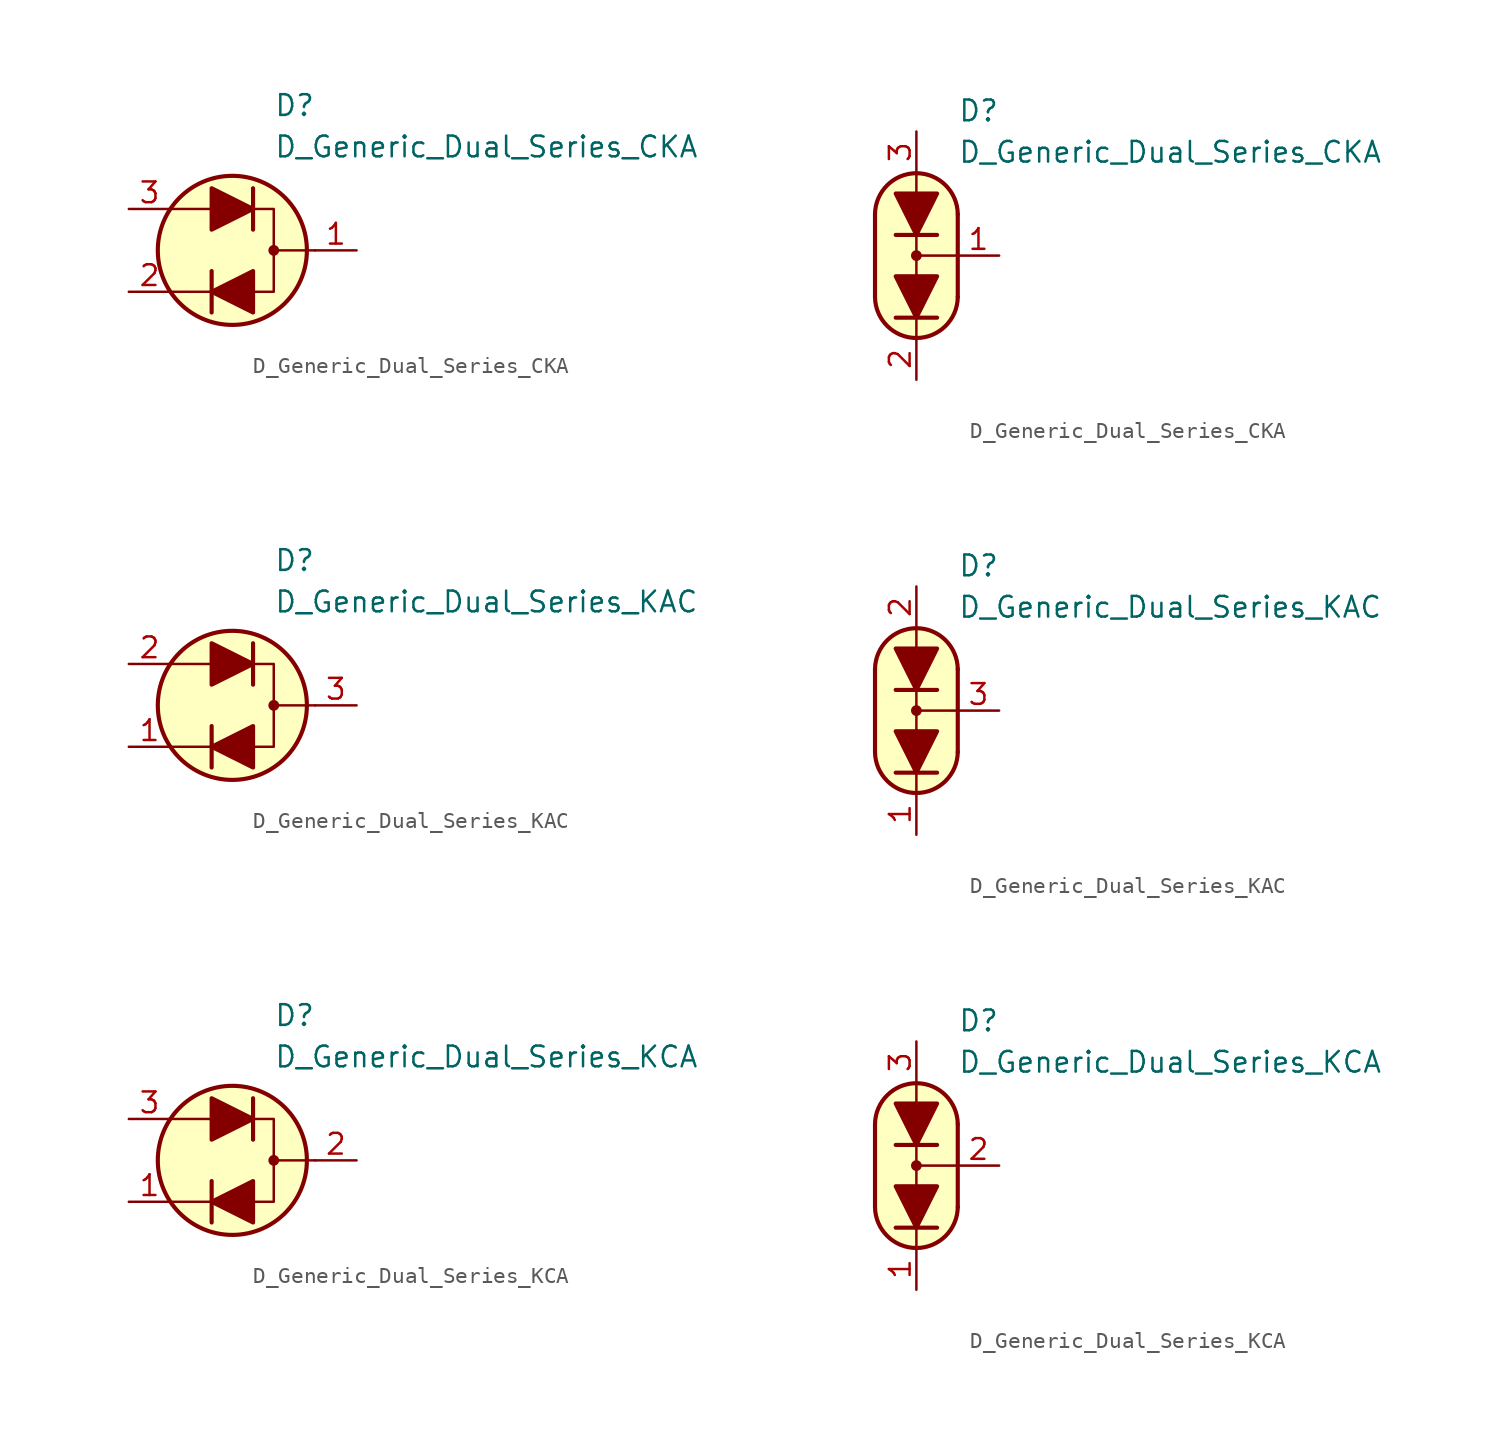
<source format=kicad_sym>
(kicad_symbol_lib
  (version 20231120)
  (generator "kicad_symbol_editor")
  (generator_version "8.0")
  (symbol "D_Generic_Dual_Series_CKA"
    (pin_names
      (offset 1.016) hide)
    (property "Reference" "D"
      (at 2.54 8.89 0)
      (effects (font (size 1.27 1.27)) (justify left)))
    (property "Value" "D_Generic_Dual_Series_CKA"
      (at 2.54 6.35 0)
      (effects (font (size 1.27 1.27)) (justify left)))
    (symbol "D_Generic_Dual_Series_CKA_0_1"
      (polyline (pts (xy -1.27 -2.54) (xy -3.81 -2.54)) (stroke (width 0) (type default)) (fill (type none)))
      (polyline (pts (xy -1.27 -1.27) (xy -1.27 -3.81)) (stroke (width 0.254) (type default)) (fill (type none)))
      (polyline (pts (xy -1.27 2.54) (xy -3.81 2.54)) (stroke (width 0) (type default)) (fill (type none)))
      (polyline (pts (xy 1.27 3.81) (xy 1.27 1.27)) (stroke (width 0.254) (type default)) (fill (type none)))
      (polyline (pts (xy 5.08 0) (xy 2.54 0)) (stroke (width 0) (type default)) (fill (type none)))
      (polyline (pts (xy 1.27 -2.54) (xy 2.54 -2.54) (xy 2.54 2.54) (xy 1.27 2.54)) (stroke (width 0) (type default)) (fill (type none)))
      (circle (center 0 0) (radius 4.572) (stroke (width 0.254) (type default)) (fill (type background)))
      (circle (center 2.54 0) (radius 0.254) (stroke (width 0) (type default)) (fill (type outline))))
    (symbol "D_Generic_Dual_Series_CKA_0_2"
      (arc (start -2.54 -2.54) (mid 0 -5.0576) (end 2.54 -2.54) (stroke (width 0.254) (type default)) (fill (type none)))
      (polyline (pts (xy -2.54 2.54) (xy -2.54 -2.54)) (stroke (width 0.254) (type default)) (fill (type none)))
      (polyline (pts (xy 0 -5.08) (xy 0 -3.81)) (stroke (width 0) (type default)) (fill (type none)))
      (polyline (pts (xy 0 0) (xy 2.54 0)) (stroke (width 0) (type default)) (fill (type none)))
      (polyline (pts (xy 0 1.27) (xy 0 -1.27)) (stroke (width 0) (type default)) (fill (type none)))
      (polyline (pts (xy 0 5.08) (xy 0 3.81)) (stroke (width 0) (type default)) (fill (type none)))
      (polyline (pts (xy 1.27 -3.81) (xy -1.27 -3.81)) (stroke (width 0.254) (type default)) (fill (type none)))
      (polyline (pts (xy 1.27 1.27) (xy -1.27 1.27)) (stroke (width 0.254) (type default)) (fill (type none)))
      (polyline (pts (xy 2.54 -2.54) (xy 2.54 2.54)) (stroke (width 0.254) (type default)) (fill (type none)))
      (polyline (pts (xy 0 -5.08) (xy -1.016 -4.826) (xy -1.778 -4.318) (xy -2.286 -3.556) (xy -2.54 -3.048) (xy -2.54 2.794) (xy -2.286 3.556) (xy -1.778 4.318) (xy -1.016 4.826) (xy -0.254 5.08) (xy 0.254 5.08) (xy 1.016 4.826) (xy 1.524 4.572) (xy 2.032 4.064) (xy 2.286 3.556) (xy 2.54 2.794) (xy 2.54 -2.794) (xy 2.286 -3.556) (xy 2.032 -4.064) (xy 1.524 -4.572) (xy 1.016 -4.826) (xy 0 -5.08)) (stroke (width 0.01) (type default)) (fill (type background)))
      (circle (center 0 0) (radius 0.254) (stroke (width 0) (type default)) (fill (type outline)))
      (arc (start 2.54 2.54) (mid 0 5.0576) (end -2.54 2.54) (stroke (width 0.254) (type default)) (fill (type none))))
    (symbol "D_Generic_Dual_Series_CKA_1_1"
      (polyline (pts (xy -1.27 2.54) (xy 1.27 2.54)) (stroke (width 0) (type default)) (fill (type none)))
      (polyline (pts (xy 1.27 -2.54) (xy -1.27 -2.54)) (stroke (width 0) (type default)) (fill (type none)))
      (polyline (pts (xy -1.27 1.27) (xy -1.27 3.81) (xy 1.27 2.54) (xy -1.27 1.27)) (stroke (width 0.254) (type default)) (fill (type outline)))
      (polyline (pts (xy 1.27 -1.27) (xy 1.27 -3.81) (xy -1.27 -2.54) (xy 1.27 -1.27)) (stroke (width 0.254) (type default)) (fill (type outline)))
      (pin passive line (at 7.62 0 180) (length 2.54) (name "C" (effects (font (size 1.27 1.27)))) (number "1" (effects (font (size 1.27 1.27)))))
      (pin passive line (at -6.35 -2.54 0) (length 2.54) (name "K" (effects (font (size 1.27 1.27)))) (number "2" (effects (font (size 1.27 1.27)))))
      (pin passive line (at -6.35 2.54 0) (length 2.54) (name "A" (effects (font (size 1.27 1.27)))) (number "3" (effects (font (size 1.27 1.27))))))
    (symbol "D_Generic_Dual_Series_CKA_1_2"
      (polyline (pts (xy 1.27 -1.27) (xy -1.27 -1.27) (xy 0 -3.81) (xy 1.27 -1.27)) (stroke (width 0.254) (type default)) (fill (type outline)))
      (polyline (pts (xy 1.27 3.81) (xy -1.27 3.81) (xy 0 1.27) (xy 1.27 3.81)) (stroke (width 0.254) (type default)) (fill (type outline)))
      (pin passive line (at 5.08 0 180) (length 2.54) (name "C" (effects (font (size 1.27 1.27)))) (number "1" (effects (font (size 1.27 1.27)))))
      (pin passive line (at 0 -7.62 90) (length 2.54) (name "K" (effects (font (size 1.27 1.27)))) (number "2" (effects (font (size 1.27 1.27)))))
      (pin passive line (at 0 7.62 270) (length 2.54) (name "A" (effects (font (size 1.27 1.27)))) (number "3" (effects (font (size 1.27 1.27)))))))
  (symbol "D_Generic_Dual_Series_KAC"
    (pin_names
      (offset 1.016) hide)
    (property "Reference" "D"
      (at 2.54 8.89 0)
      (effects (font (size 1.27 1.27)) (justify left)))
    (property "Value" "D_Generic_Dual_Series_KAC"
      (at 2.54 6.35 0)
      (effects (font (size 1.27 1.27)) (justify left)))
    (symbol "D_Generic_Dual_Series_KAC_0_1"
      (polyline (pts (xy -1.27 -2.54) (xy -3.81 -2.54)) (stroke (width 0) (type default)) (fill (type none)))
      (polyline (pts (xy -1.27 -1.27) (xy -1.27 -3.81)) (stroke (width 0.254) (type default)) (fill (type none)))
      (polyline (pts (xy -1.27 2.54) (xy -3.81 2.54)) (stroke (width 0) (type default)) (fill (type none)))
      (polyline (pts (xy 1.27 3.81) (xy 1.27 1.27)) (stroke (width 0.254) (type default)) (fill (type none)))
      (polyline (pts (xy 5.08 0) (xy 2.54 0)) (stroke (width 0) (type default)) (fill (type none)))
      (polyline (pts (xy 1.27 -2.54) (xy 2.54 -2.54) (xy 2.54 2.54) (xy 1.27 2.54)) (stroke (width 0) (type default)) (fill (type none)))
      (circle (center 0 0) (radius 4.572) (stroke (width 0.254) (type default)) (fill (type background)))
      (circle (center 2.54 0) (radius 0.254) (stroke (width 0) (type default)) (fill (type outline))))
    (symbol "D_Generic_Dual_Series_KAC_0_2"
      (arc (start -2.54 -2.54) (mid 0 -5.0576) (end 2.54 -2.54) (stroke (width 0.254) (type default)) (fill (type none)))
      (polyline (pts (xy -2.54 2.54) (xy -2.54 -2.54)) (stroke (width 0.254) (type default)) (fill (type none)))
      (polyline (pts (xy 0 -5.08) (xy 0 -3.81)) (stroke (width 0) (type default)) (fill (type none)))
      (polyline (pts (xy 0 0) (xy 2.54 0)) (stroke (width 0) (type default)) (fill (type none)))
      (polyline (pts (xy 0 1.27) (xy 0 -1.27)) (stroke (width 0) (type default)) (fill (type none)))
      (polyline (pts (xy 0 5.08) (xy 0 3.81)) (stroke (width 0) (type default)) (fill (type none)))
      (polyline (pts (xy 1.27 -3.81) (xy -1.27 -3.81)) (stroke (width 0.254) (type default)) (fill (type none)))
      (polyline (pts (xy 1.27 1.27) (xy -1.27 1.27)) (stroke (width 0.254) (type default)) (fill (type none)))
      (polyline (pts (xy 2.54 -2.54) (xy 2.54 2.54)) (stroke (width 0.254) (type default)) (fill (type none)))
      (polyline (pts (xy 0 -5.08) (xy -1.016 -4.826) (xy -1.778 -4.318) (xy -2.286 -3.556) (xy -2.54 -3.048) (xy -2.54 2.794) (xy -2.286 3.556) (xy -1.778 4.318) (xy -1.016 4.826) (xy -0.254 5.08) (xy 0.254 5.08) (xy 1.016 4.826) (xy 1.524 4.572) (xy 2.032 4.064) (xy 2.286 3.556) (xy 2.54 2.794) (xy 2.54 -2.794) (xy 2.286 -3.556) (xy 2.032 -4.064) (xy 1.524 -4.572) (xy 1.016 -4.826) (xy 0 -5.08)) (stroke (width 0.01) (type default)) (fill (type background)))
      (circle (center 0 0) (radius 0.254) (stroke (width 0) (type default)) (fill (type outline)))
      (arc (start 2.54 2.54) (mid 0 5.0576) (end -2.54 2.54) (stroke (width 0.254) (type default)) (fill (type none))))
    (symbol "D_Generic_Dual_Series_KAC_1_1"
      (polyline (pts (xy -1.27 2.54) (xy 1.27 2.54)) (stroke (width 0) (type default)) (fill (type none)))
      (polyline (pts (xy 1.27 -2.54) (xy -1.27 -2.54)) (stroke (width 0) (type default)) (fill (type none)))
      (polyline (pts (xy -1.27 1.27) (xy -1.27 3.81) (xy 1.27 2.54) (xy -1.27 1.27)) (stroke (width 0.254) (type default)) (fill (type outline)))
      (polyline (pts (xy 1.27 -1.27) (xy 1.27 -3.81) (xy -1.27 -2.54) (xy 1.27 -1.27)) (stroke (width 0.254) (type default)) (fill (type outline)))
      (pin passive line (at -6.35 -2.54 0) (length 2.54) (name "K" (effects (font (size 1.27 1.27)))) (number "1" (effects (font (size 1.27 1.27)))))
      (pin passive line (at -6.35 2.54 0) (length 2.54) (name "A" (effects (font (size 1.27 1.27)))) (number "2" (effects (font (size 1.27 1.27)))))
      (pin passive line (at 7.62 0 180) (length 2.54) (name "C" (effects (font (size 1.27 1.27)))) (number "3" (effects (font (size 1.27 1.27))))))
    (symbol "D_Generic_Dual_Series_KAC_1_2"
      (polyline (pts (xy 1.27 -1.27) (xy -1.27 -1.27) (xy 0 -3.81) (xy 1.27 -1.27)) (stroke (width 0.254) (type default)) (fill (type outline)))
      (polyline (pts (xy 1.27 3.81) (xy -1.27 3.81) (xy 0 1.27) (xy 1.27 3.81)) (stroke (width 0.254) (type default)) (fill (type outline)))
      (pin passive line (at 0 -7.62 90) (length 2.54) (name "K" (effects (font (size 1.27 1.27)))) (number "1" (effects (font (size 1.27 1.27)))))
      (pin passive line (at 0 7.62 270) (length 2.54) (name "A" (effects (font (size 1.27 1.27)))) (number "2" (effects (font (size 1.27 1.27)))))
      (pin passive line (at 5.08 0 180) (length 2.54) (name "C" (effects (font (size 1.27 1.27)))) (number "3" (effects (font (size 1.27 1.27)))))))
  (symbol "D_Generic_Dual_Series_KCA"
    (pin_names
      (offset 1.016) hide)
    (property "Reference" "D"
      (at 2.54 8.89 0)
      (effects (font (size 1.27 1.27)) (justify left)))
    (property "Value" "D_Generic_Dual_Series_KCA"
      (at 2.54 6.35 0)
      (effects (font (size 1.27 1.27)) (justify left)))
    (symbol "D_Generic_Dual_Series_KCA_0_1"
      (polyline (pts (xy -1.27 -2.54) (xy -3.81 -2.54)) (stroke (width 0) (type default)) (fill (type none)))
      (polyline (pts (xy -1.27 -1.27) (xy -1.27 -3.81)) (stroke (width 0.254) (type default)) (fill (type none)))
      (polyline (pts (xy -1.27 2.54) (xy -3.81 2.54)) (stroke (width 0) (type default)) (fill (type none)))
      (polyline (pts (xy 1.27 3.81) (xy 1.27 1.27)) (stroke (width 0.254) (type default)) (fill (type none)))
      (polyline (pts (xy 5.08 0) (xy 2.54 0)) (stroke (width 0) (type default)) (fill (type none)))
      (polyline (pts (xy 1.27 -2.54) (xy 2.54 -2.54) (xy 2.54 2.54) (xy 1.27 2.54)) (stroke (width 0) (type default)) (fill (type none)))
      (circle (center 0 0) (radius 4.572) (stroke (width 0.254) (type default)) (fill (type background)))
      (circle (center 2.54 0) (radius 0.254) (stroke (width 0) (type default)) (fill (type outline))))
    (symbol "D_Generic_Dual_Series_KCA_0_2"
      (arc (start -2.54 -2.54) (mid 0 -5.0576) (end 2.54 -2.54) (stroke (width 0.254) (type default)) (fill (type none)))
      (polyline (pts (xy -2.54 2.54) (xy -2.54 -2.54)) (stroke (width 0.254) (type default)) (fill (type none)))
      (polyline (pts (xy 0 -5.08) (xy 0 -3.81)) (stroke (width 0) (type default)) (fill (type none)))
      (polyline (pts (xy 0 0) (xy 2.54 0)) (stroke (width 0) (type default)) (fill (type none)))
      (polyline (pts (xy 0 1.27) (xy 0 -1.27)) (stroke (width 0) (type default)) (fill (type none)))
      (polyline (pts (xy 0 5.08) (xy 0 3.81)) (stroke (width 0) (type default)) (fill (type none)))
      (polyline (pts (xy 1.27 -3.81) (xy -1.27 -3.81)) (stroke (width 0.254) (type default)) (fill (type none)))
      (polyline (pts (xy 1.27 1.27) (xy -1.27 1.27)) (stroke (width 0.254) (type default)) (fill (type none)))
      (polyline (pts (xy 2.54 -2.54) (xy 2.54 2.54)) (stroke (width 0.254) (type default)) (fill (type none)))
      (polyline (pts (xy 0 -5.08) (xy -1.016 -4.826) (xy -1.778 -4.318) (xy -2.286 -3.556) (xy -2.54 -3.048) (xy -2.54 2.794) (xy -2.286 3.556) (xy -1.778 4.318) (xy -1.016 4.826) (xy -0.254 5.08) (xy 0.254 5.08) (xy 1.016 4.826) (xy 1.524 4.572) (xy 2.032 4.064) (xy 2.286 3.556) (xy 2.54 2.794) (xy 2.54 -2.794) (xy 2.286 -3.556) (xy 2.032 -4.064) (xy 1.524 -4.572) (xy 1.016 -4.826) (xy 0 -5.08)) (stroke (width 0.01) (type default)) (fill (type background)))
      (circle (center 0 0) (radius 0.254) (stroke (width 0) (type default)) (fill (type outline)))
      (arc (start 2.54 2.54) (mid 0 5.0576) (end -2.54 2.54) (stroke (width 0.254) (type default)) (fill (type none))))
    (symbol "D_Generic_Dual_Series_KCA_1_1"
      (polyline (pts (xy -1.27 2.54) (xy 1.27 2.54)) (stroke (width 0) (type default)) (fill (type none)))
      (polyline (pts (xy 1.27 -2.54) (xy -1.27 -2.54)) (stroke (width 0) (type default)) (fill (type none)))
      (polyline (pts (xy -1.27 1.27) (xy -1.27 3.81) (xy 1.27 2.54) (xy -1.27 1.27)) (stroke (width 0.254) (type default)) (fill (type outline)))
      (polyline (pts (xy 1.27 -1.27) (xy 1.27 -3.81) (xy -1.27 -2.54) (xy 1.27 -1.27)) (stroke (width 0.254) (type default)) (fill (type outline)))
      (pin passive line (at -6.35 -2.54 0) (length 2.54) (name "K" (effects (font (size 1.27 1.27)))) (number "1" (effects (font (size 1.27 1.27)))))
      (pin passive line (at 7.62 0 180) (length 2.54) (name "C" (effects (font (size 1.27 1.27)))) (number "2" (effects (font (size 1.27 1.27)))))
      (pin passive line (at -6.35 2.54 0) (length 2.54) (name "A" (effects (font (size 1.27 1.27)))) (number "3" (effects (font (size 1.27 1.27))))))
    (symbol "D_Generic_Dual_Series_KCA_1_2"
      (polyline (pts (xy 1.27 -1.27) (xy -1.27 -1.27) (xy 0 -3.81) (xy 1.27 -1.27)) (stroke (width 0.254) (type default)) (fill (type outline)))
      (polyline (pts (xy 1.27 3.81) (xy -1.27 3.81) (xy 0 1.27) (xy 1.27 3.81)) (stroke (width 0.254) (type default)) (fill (type outline)))
      (pin passive line (at 0 -7.62 90) (length 2.54) (name "K" (effects (font (size 1.27 1.27)))) (number "1" (effects (font (size 1.27 1.27)))))
      (pin passive line (at 5.08 0 180) (length 2.54) (name "C" (effects (font (size 1.27 1.27)))) (number "2" (effects (font (size 1.27 1.27)))))
      (pin passive line (at 0 7.62 270) (length 2.54) (name "A" (effects (font (size 1.27 1.27)))) (number "3" (effects (font (size 1.27 1.27))))))))
</source>
